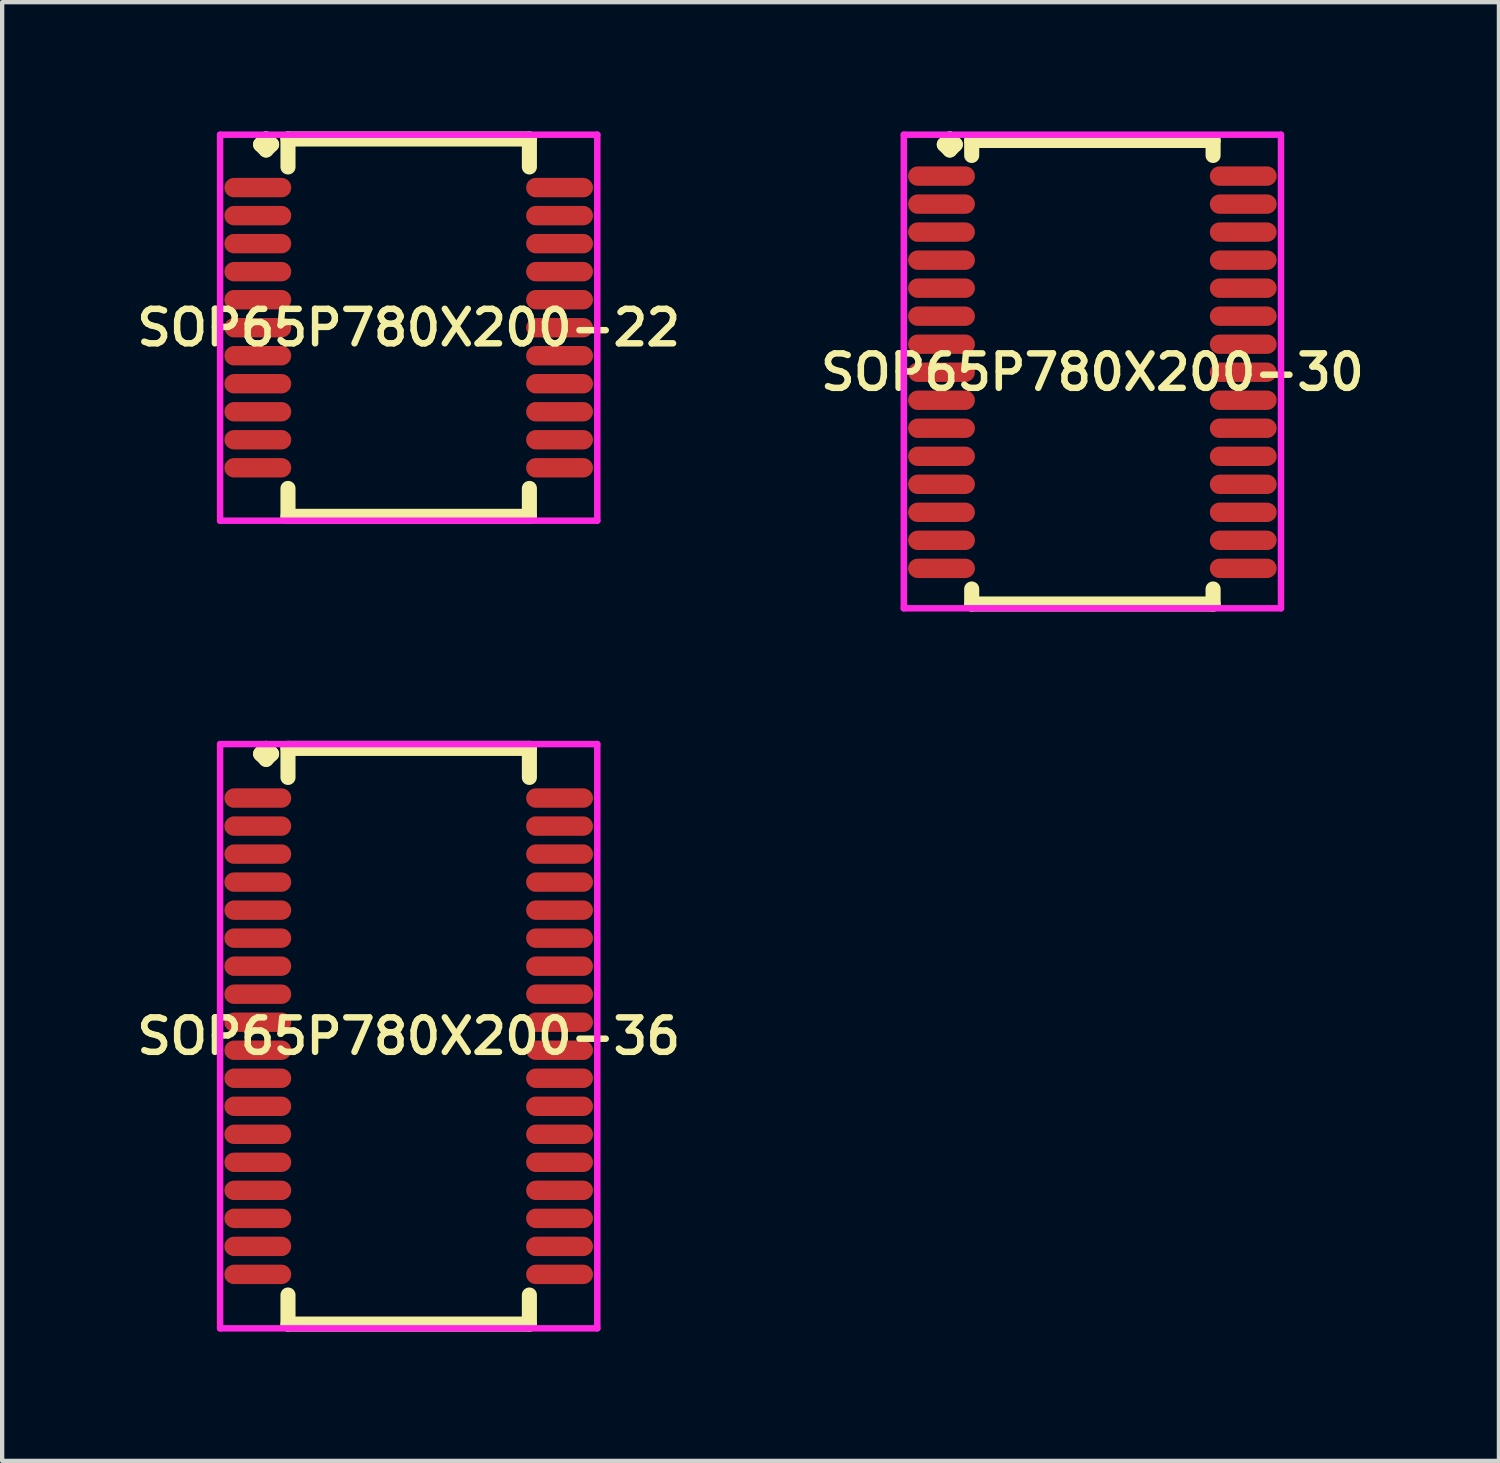
<source format=kicad_pcb>
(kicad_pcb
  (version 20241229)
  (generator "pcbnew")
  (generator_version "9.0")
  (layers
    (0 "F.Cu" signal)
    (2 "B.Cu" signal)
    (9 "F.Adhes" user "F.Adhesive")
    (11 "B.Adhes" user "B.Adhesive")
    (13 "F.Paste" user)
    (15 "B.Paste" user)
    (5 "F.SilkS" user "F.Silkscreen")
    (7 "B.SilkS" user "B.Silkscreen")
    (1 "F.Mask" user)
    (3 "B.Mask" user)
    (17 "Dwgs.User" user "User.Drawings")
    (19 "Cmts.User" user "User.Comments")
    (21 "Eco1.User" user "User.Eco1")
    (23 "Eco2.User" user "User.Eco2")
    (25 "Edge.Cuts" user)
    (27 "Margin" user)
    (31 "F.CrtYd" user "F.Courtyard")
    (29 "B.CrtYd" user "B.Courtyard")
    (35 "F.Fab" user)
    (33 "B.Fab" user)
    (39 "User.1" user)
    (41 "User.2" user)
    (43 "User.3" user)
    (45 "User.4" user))
  (footprint "SOP65P780X200-22"
    (layer "F.Cu")
    (at 6.431 4.552)
    (property "Reference" "SOP65P780X200-22" (at 0 0 0) (layer "F.SilkS") (effects (font (size 0.8 0.8) (thickness 0.15))))
    (attr smd)
    (fp_line (start -3.435 -4.25) (end -3.308 -4.377) (stroke (width 0.35) (type solid)) (layer "F.SilkS"))
    (fp_line (start -3.308 -4.377) (end -3.181 -4.25) (stroke (width 0.35) (type solid)) (layer "F.SilkS"))
    (fp_line (start -3.308 -4.123) (end -3.435 -4.25) (stroke (width 0.35) (type solid)) (layer "F.SilkS"))
    (fp_line (start -3.181 -4.25) (end -3.308 -4.123) (stroke (width 0.35) (type solid)) (layer "F.SilkS"))
    (fp_line (start -2.8 -4.377) (end 2.8 -4.377) (stroke (width 0.35) (type solid)) (layer "F.SilkS"))
    (fp_line (start -2.8 -3.729) (end -2.8 -4.377) (stroke (width 0.35) (type solid)) (layer "F.SilkS"))
    (fp_line (start -2.8 3.729) (end -2.8 4.377) (stroke (width 0.35) (type solid)) (layer "F.SilkS"))
    (fp_line (start -2.8 4.377) (end 2.8 4.377) (stroke (width 0.35) (type solid)) (layer "F.SilkS"))
    (fp_line (start 2.8 -4.377) (end 2.8 -3.729) (stroke (width 0.35) (type solid)) (layer "F.SilkS"))
    (fp_line (start 2.8 4.377) (end 2.8 3.729) (stroke (width 0.35) (type solid)) (layer "F.SilkS"))
    (fp_line (start -4.375 -4.477) (end 4.375 -4.477) (stroke (width 0.15) (type solid)) (layer "F.CrtYd"))
    (fp_line (start -4.375 4.477) (end -4.375 -4.477) (stroke (width 0.15) (type solid)) (layer "F.CrtYd"))
    (fp_line (start 4.375 -4.477) (end 4.375 4.477) (stroke (width 0.15) (type solid)) (layer "F.CrtYd"))
    (fp_line (start 4.375 4.477) (end -4.375 4.477) (stroke (width 0.15) (type solid)) (layer "F.CrtYd"))
    (pad "1" smd oval (at -3.5 -3.25) (size 1.55 0.45) (layers "F.Cu" "F.Mask" "F.Paste"))
    (pad "2" smd oval (at -3.5 -2.6) (size 1.55 0.45) (layers "F.Cu" "F.Mask" "F.Paste"))
    (pad "3" smd oval (at -3.5 -1.95) (size 1.55 0.45) (layers "F.Cu" "F.Mask" "F.Paste"))
    (pad "4" smd oval (at -3.5 -1.3) (size 1.55 0.45) (layers "F.Cu" "F.Mask" "F.Paste"))
    (pad "5" smd oval (at -3.5 -0.65) (size 1.55 0.45) (layers "F.Cu" "F.Mask" "F.Paste"))
    (pad "6" smd oval (at -3.5 0) (size 1.55 0.45) (layers "F.Cu" "F.Mask" "F.Paste"))
    (pad "7" smd oval (at -3.5 0.65) (size 1.55 0.45) (layers "F.Cu" "F.Mask" "F.Paste"))
    (pad "8" smd oval (at -3.5 1.3) (size 1.55 0.45) (layers "F.Cu" "F.Mask" "F.Paste"))
    (pad "9" smd oval (at -3.5 1.95) (size 1.55 0.45) (layers "F.Cu" "F.Mask" "F.Paste"))
    (pad "10" smd oval (at -3.5 2.6) (size 1.55 0.45) (layers "F.Cu" "F.Mask" "F.Paste"))
    (pad "11" smd oval (at -3.5 3.25) (size 1.55 0.45) (layers "F.Cu" "F.Mask" "F.Paste"))
    (pad "12" smd oval (at 3.5 3.25) (size 1.55 0.45) (layers "F.Cu" "F.Mask" "F.Paste"))
    (pad "13" smd oval (at 3.5 2.6) (size 1.55 0.45) (layers "F.Cu" "F.Mask" "F.Paste"))
    (pad "14" smd oval (at 3.5 1.95) (size 1.55 0.45) (layers "F.Cu" "F.Mask" "F.Paste"))
    (pad "15" smd oval (at 3.5 1.3) (size 1.55 0.45) (layers "F.Cu" "F.Mask" "F.Paste"))
    (pad "16" smd oval (at 3.5 0.65) (size 1.55 0.45) (layers "F.Cu" "F.Mask" "F.Paste"))
    (pad "17" smd oval (at 3.5 0) (size 1.55 0.45) (layers "F.Cu" "F.Mask" "F.Paste"))
    (pad "18" smd oval (at 3.5 -0.65) (size 1.55 0.45) (layers "F.Cu" "F.Mask" "F.Paste"))
    (pad "19" smd oval (at 3.5 -1.3) (size 1.55 0.45) (layers "F.Cu" "F.Mask" "F.Paste"))
    (pad "20" smd oval (at 3.5 -1.95) (size 1.55 0.45) (layers "F.Cu" "F.Mask" "F.Paste"))
    (pad "21" smd oval (at 3.5 -2.6) (size 1.55 0.45) (layers "F.Cu" "F.Mask" "F.Paste"))
    (pad "22" smd oval (at 3.5 -3.25) (size 1.55 0.45) (layers "F.Cu" "F.Mask" "F.Paste")))
  (footprint "SOP65P780X200-36"
    (layer "F.Cu")
    (at 6.431 20.989)
    (property "Reference" "SOP65P780X200-36" (at 0 0 0) (layer "F.SilkS") (effects (font (size 0.8 0.8) (thickness 0.15))))
    (attr smd)
    (fp_line (start -3.435 -6.55) (end -3.308 -6.677) (stroke (width 0.35) (type solid)) (layer "F.SilkS"))
    (fp_line (start -3.308 -6.677) (end -3.181 -6.55) (stroke (width 0.35) (type solid)) (layer "F.SilkS"))
    (fp_line (start -3.308 -6.423) (end -3.435 -6.55) (stroke (width 0.35) (type solid)) (layer "F.SilkS"))
    (fp_line (start -3.181 -6.55) (end -3.308 -6.423) (stroke (width 0.35) (type solid)) (layer "F.SilkS"))
    (fp_line (start -2.8 -6.677) (end 2.8 -6.677) (stroke (width 0.35) (type solid)) (layer "F.SilkS"))
    (fp_line (start -2.8 -6.004) (end -2.8 -6.677) (stroke (width 0.35) (type solid)) (layer "F.SilkS"))
    (fp_line (start -2.8 6.004) (end -2.8 6.677) (stroke (width 0.35) (type solid)) (layer "F.SilkS"))
    (fp_line (start -2.8 6.677) (end 2.8 6.677) (stroke (width 0.35) (type solid)) (layer "F.SilkS"))
    (fp_line (start 2.8 -6.677) (end 2.8 -6.004) (stroke (width 0.35) (type solid)) (layer "F.SilkS"))
    (fp_line (start 2.8 6.677) (end 2.8 6.004) (stroke (width 0.35) (type solid)) (layer "F.SilkS"))
    (fp_line (start -4.375 -6.777) (end 4.375 -6.777) (stroke (width 0.15) (type solid)) (layer "F.CrtYd"))
    (fp_line (start -4.375 6.777) (end -4.375 -6.777) (stroke (width 0.15) (type solid)) (layer "F.CrtYd"))
    (fp_line (start 4.375 -6.777) (end 4.375 6.777) (stroke (width 0.15) (type solid)) (layer "F.CrtYd"))
    (fp_line (start 4.375 6.777) (end -4.375 6.777) (stroke (width 0.15) (type solid)) (layer "F.CrtYd"))
    (pad "1" smd oval (at -3.5 -5.525) (size 1.55 0.45) (layers "F.Cu" "F.Mask" "F.Paste"))
    (pad "2" smd oval (at -3.5 -4.875) (size 1.55 0.45) (layers "F.Cu" "F.Mask" "F.Paste"))
    (pad "3" smd oval (at -3.5 -4.225) (size 1.55 0.45) (layers "F.Cu" "F.Mask" "F.Paste"))
    (pad "4" smd oval (at -3.5 -3.575) (size 1.55 0.45) (layers "F.Cu" "F.Mask" "F.Paste"))
    (pad "5" smd oval (at -3.5 -2.925) (size 1.55 0.45) (layers "F.Cu" "F.Mask" "F.Paste"))
    (pad "6" smd oval (at -3.5 -2.275) (size 1.55 0.45) (layers "F.Cu" "F.Mask" "F.Paste"))
    (pad "7" smd oval (at -3.5 -1.625) (size 1.55 0.45) (layers "F.Cu" "F.Mask" "F.Paste"))
    (pad "8" smd oval (at -3.5 -0.975) (size 1.55 0.45) (layers "F.Cu" "F.Mask" "F.Paste"))
    (pad "9" smd oval (at -3.5 -0.325) (size 1.55 0.45) (layers "F.Cu" "F.Mask" "F.Paste"))
    (pad "10" smd oval (at -3.5 0.325) (size 1.55 0.45) (layers "F.Cu" "F.Mask" "F.Paste"))
    (pad "11" smd oval (at -3.5 0.975) (size 1.55 0.45) (layers "F.Cu" "F.Mask" "F.Paste"))
    (pad "12" smd oval (at -3.5 1.625) (size 1.55 0.45) (layers "F.Cu" "F.Mask" "F.Paste"))
    (pad "13" smd oval (at -3.5 2.275) (size 1.55 0.45) (layers "F.Cu" "F.Mask" "F.Paste"))
    (pad "14" smd oval (at -3.5 2.925) (size 1.55 0.45) (layers "F.Cu" "F.Mask" "F.Paste"))
    (pad "15" smd oval (at -3.5 3.575) (size 1.55 0.45) (layers "F.Cu" "F.Mask" "F.Paste"))
    (pad "16" smd oval (at -3.5 4.225) (size 1.55 0.45) (layers "F.Cu" "F.Mask" "F.Paste"))
    (pad "17" smd oval (at -3.5 4.875) (size 1.55 0.45) (layers "F.Cu" "F.Mask" "F.Paste"))
    (pad "18" smd oval (at -3.5 5.525) (size 1.55 0.45) (layers "F.Cu" "F.Mask" "F.Paste"))
    (pad "19" smd oval (at 3.5 5.525) (size 1.55 0.45) (layers "F.Cu" "F.Mask" "F.Paste"))
    (pad "20" smd oval (at 3.5 4.875) (size 1.55 0.45) (layers "F.Cu" "F.Mask" "F.Paste"))
    (pad "21" smd oval (at 3.5 4.225) (size 1.55 0.45) (layers "F.Cu" "F.Mask" "F.Paste"))
    (pad "22" smd oval (at 3.5 3.575) (size 1.55 0.45) (layers "F.Cu" "F.Mask" "F.Paste"))
    (pad "23" smd oval (at 3.5 2.925) (size 1.55 0.45) (layers "F.Cu" "F.Mask" "F.Paste"))
    (pad "24" smd oval (at 3.5 2.275) (size 1.55 0.45) (layers "F.Cu" "F.Mask" "F.Paste"))
    (pad "25" smd oval (at 3.5 1.625) (size 1.55 0.45) (layers "F.Cu" "F.Mask" "F.Paste"))
    (pad "26" smd oval (at 3.5 0.975) (size 1.55 0.45) (layers "F.Cu" "F.Mask" "F.Paste"))
    (pad "27" smd oval (at 3.5 0.325) (size 1.55 0.45) (layers "F.Cu" "F.Mask" "F.Paste"))
    (pad "28" smd oval (at 3.5 -0.325) (size 1.55 0.45) (layers "F.Cu" "F.Mask" "F.Paste"))
    (pad "29" smd oval (at 3.5 -0.975) (size 1.55 0.45) (layers "F.Cu" "F.Mask" "F.Paste"))
    (pad "30" smd oval (at 3.5 -1.625) (size 1.55 0.45) (layers "F.Cu" "F.Mask" "F.Paste"))
    (pad "31" smd oval (at 3.5 -2.275) (size 1.55 0.45) (layers "F.Cu" "F.Mask" "F.Paste"))
    (pad "32" smd oval (at 3.5 -2.925) (size 1.55 0.45) (layers "F.Cu" "F.Mask" "F.Paste"))
    (pad "33" smd oval (at 3.5 -3.575) (size 1.55 0.45) (layers "F.Cu" "F.Mask" "F.Paste"))
    (pad "34" smd oval (at 3.5 -4.225) (size 1.55 0.45) (layers "F.Cu" "F.Mask" "F.Paste"))
    (pad "35" smd oval (at 3.5 -4.875) (size 1.55 0.45) (layers "F.Cu" "F.Mask" "F.Paste"))
    (pad "36" smd oval (at 3.5 -5.525) (size 1.55 0.45) (layers "F.Cu" "F.Mask" "F.Paste")))
  (footprint "SOP65P780X200-30"
    (layer "F.Cu")
    (at 22.292 5.585)
    (property "Reference" "SOP65P780X200-30" (at 0 0 0) (layer "F.SilkS") (effects (font (size 0.8 0.8) (thickness 0.15))))
    (attr smd)
    (fp_line (start -3.435 -5.283) (end -3.308 -5.41) (stroke (width 0.35) (type solid)) (layer "F.SilkS"))
    (fp_line (start -3.308 -5.41) (end -3.181 -5.283) (stroke (width 0.35) (type solid)) (layer "F.SilkS"))
    (fp_line (start -3.308 -5.156) (end -3.435 -5.283) (stroke (width 0.35) (type solid)) (layer "F.SilkS"))
    (fp_line (start -3.181 -5.283) (end -3.308 -5.156) (stroke (width 0.35) (type solid)) (layer "F.SilkS"))
    (fp_line (start -2.8 -5.377) (end 2.8 -5.377) (stroke (width 0.35) (type solid)) (layer "F.SilkS"))
    (fp_line (start -2.8 -5.029) (end -2.8 -5.377) (stroke (width 0.35) (type solid)) (layer "F.SilkS"))
    (fp_line (start -2.8 5.029) (end -2.8 5.377) (stroke (width 0.35) (type solid)) (layer "F.SilkS"))
    (fp_line (start -2.8 5.377) (end 2.8 5.377) (stroke (width 0.35) (type solid)) (layer "F.SilkS"))
    (fp_line (start 2.8 -5.377) (end 2.8 -5.029) (stroke (width 0.35) (type solid)) (layer "F.SilkS"))
    (fp_line (start 2.8 5.377) (end 2.8 5.029) (stroke (width 0.35) (type solid)) (layer "F.SilkS"))
    (fp_line (start -4.375 -5.51) (end 4.375 -5.51) (stroke (width 0.15) (type solid)) (layer "F.CrtYd"))
    (fp_line (start -4.375 5.477) (end -4.375 -5.51) (stroke (width 0.15) (type solid)) (layer "F.CrtYd"))
    (fp_line (start 4.375 -5.51) (end 4.375 5.477) (stroke (width 0.15) (type solid)) (layer "F.CrtYd"))
    (fp_line (start 4.375 5.477) (end -4.375 5.477) (stroke (width 0.15) (type solid)) (layer "F.CrtYd"))
    (pad "1" smd oval (at -3.5 -4.55) (size 1.55 0.45) (layers "F.Cu" "F.Mask" "F.Paste"))
    (pad "2" smd oval (at -3.5 -3.9) (size 1.55 0.45) (layers "F.Cu" "F.Mask" "F.Paste"))
    (pad "3" smd oval (at -3.5 -3.25) (size 1.55 0.45) (layers "F.Cu" "F.Mask" "F.Paste"))
    (pad "4" smd oval (at -3.5 -2.6) (size 1.55 0.45) (layers "F.Cu" "F.Mask" "F.Paste"))
    (pad "5" smd oval (at -3.5 -1.95) (size 1.55 0.45) (layers "F.Cu" "F.Mask" "F.Paste"))
    (pad "6" smd oval (at -3.5 -1.3) (size 1.55 0.45) (layers "F.Cu" "F.Mask" "F.Paste"))
    (pad "7" smd oval (at -3.5 -0.65) (size 1.55 0.45) (layers "F.Cu" "F.Mask" "F.Paste"))
    (pad "8" smd oval (at -3.5 0) (size 1.55 0.45) (layers "F.Cu" "F.Mask" "F.Paste"))
    (pad "9" smd oval (at -3.5 0.65) (size 1.55 0.45) (layers "F.Cu" "F.Mask" "F.Paste"))
    (pad "10" smd oval (at -3.5 1.3) (size 1.55 0.45) (layers "F.Cu" "F.Mask" "F.Paste"))
    (pad "11" smd oval (at -3.5 1.95) (size 1.55 0.45) (layers "F.Cu" "F.Mask" "F.Paste"))
    (pad "12" smd oval (at -3.5 2.6) (size 1.55 0.45) (layers "F.Cu" "F.Mask" "F.Paste"))
    (pad "13" smd oval (at -3.5 3.25) (size 1.55 0.45) (layers "F.Cu" "F.Mask" "F.Paste"))
    (pad "14" smd oval (at -3.5 3.9) (size 1.55 0.45) (layers "F.Cu" "F.Mask" "F.Paste"))
    (pad "15" smd oval (at -3.5 4.55) (size 1.55 0.45) (layers "F.Cu" "F.Mask" "F.Paste"))
    (pad "16" smd oval (at 3.5 4.55) (size 1.55 0.45) (layers "F.Cu" "F.Mask" "F.Paste"))
    (pad "17" smd oval (at 3.5 3.9) (size 1.55 0.45) (layers "F.Cu" "F.Mask" "F.Paste"))
    (pad "18" smd oval (at 3.5 3.25) (size 1.55 0.45) (layers "F.Cu" "F.Mask" "F.Paste"))
    (pad "19" smd oval (at 3.5 2.6) (size 1.55 0.45) (layers "F.Cu" "F.Mask" "F.Paste"))
    (pad "20" smd oval (at 3.5 1.95) (size 1.55 0.45) (layers "F.Cu" "F.Mask" "F.Paste"))
    (pad "21" smd oval (at 3.5 1.3) (size 1.55 0.45) (layers "F.Cu" "F.Mask" "F.Paste"))
    (pad "22" smd oval (at 3.5 0.65) (size 1.55 0.45) (layers "F.Cu" "F.Mask" "F.Paste"))
    (pad "23" smd oval (at 3.5 0) (size 1.55 0.45) (layers "F.Cu" "F.Mask" "F.Paste"))
    (pad "24" smd oval (at 3.5 -0.65) (size 1.55 0.45) (layers "F.Cu" "F.Mask" "F.Paste"))
    (pad "25" smd oval (at 3.5 -1.3) (size 1.55 0.45) (layers "F.Cu" "F.Mask" "F.Paste"))
    (pad "26" smd oval (at 3.5 -1.95) (size 1.55 0.45) (layers "F.Cu" "F.Mask" "F.Paste"))
    (pad "27" smd oval (at 3.5 -2.6) (size 1.55 0.45) (layers "F.Cu" "F.Mask" "F.Paste"))
    (pad "28" smd oval (at 3.5 -3.25) (size 1.55 0.45) (layers "F.Cu" "F.Mask" "F.Paste"))
    (pad "29" smd oval (at 3.5 -3.9) (size 1.55 0.45) (layers "F.Cu" "F.Mask" "F.Paste"))
    (pad "30" smd oval (at 3.5 -4.55) (size 1.55 0.45) (layers "F.Cu" "F.Mask" "F.Paste")))
  (gr_rect
    (start -3 -3)
    (end 31.723 30.841)
    (stroke (width 0.1) (type default))
    (fill no)
    (layer "Edge.Cuts")))
</source>
